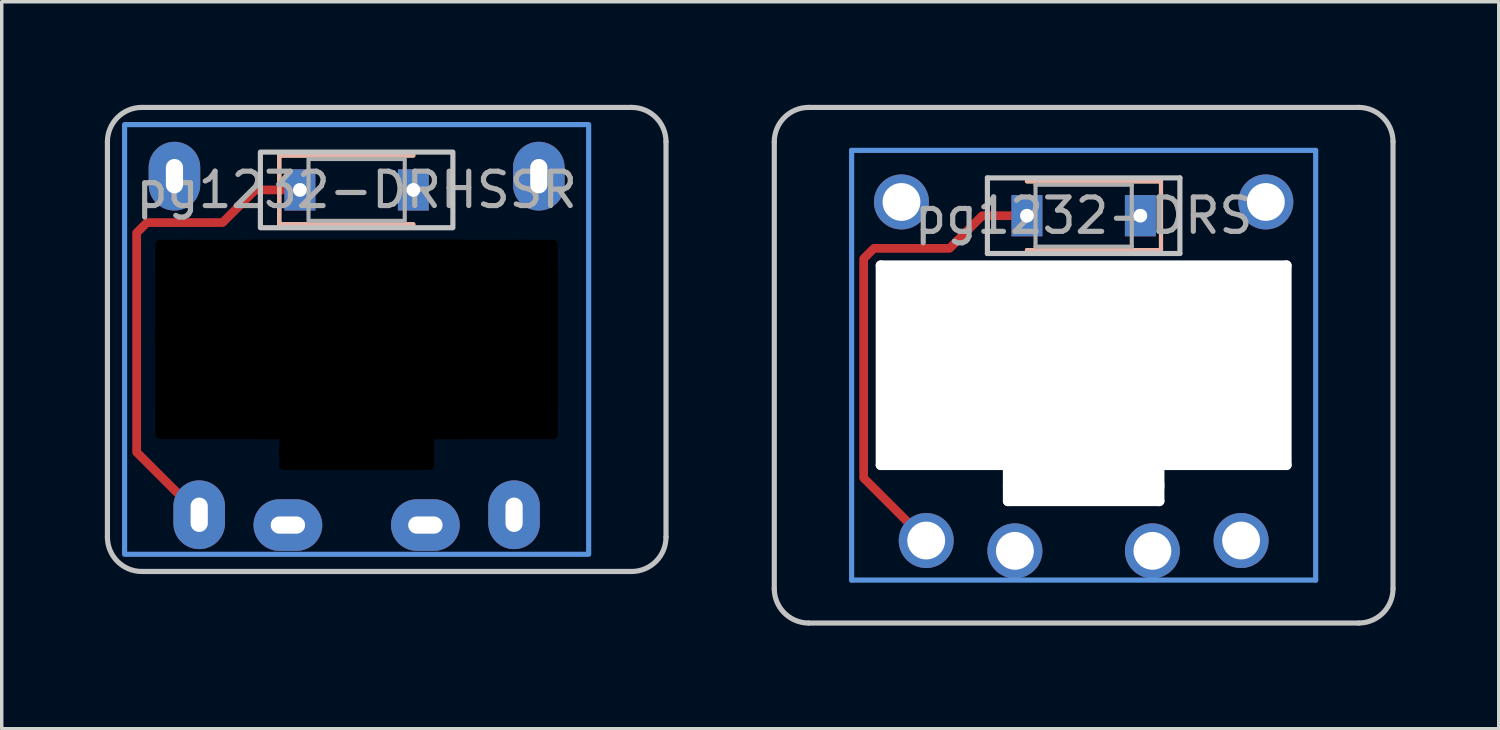
<source format=kicad_pcb>
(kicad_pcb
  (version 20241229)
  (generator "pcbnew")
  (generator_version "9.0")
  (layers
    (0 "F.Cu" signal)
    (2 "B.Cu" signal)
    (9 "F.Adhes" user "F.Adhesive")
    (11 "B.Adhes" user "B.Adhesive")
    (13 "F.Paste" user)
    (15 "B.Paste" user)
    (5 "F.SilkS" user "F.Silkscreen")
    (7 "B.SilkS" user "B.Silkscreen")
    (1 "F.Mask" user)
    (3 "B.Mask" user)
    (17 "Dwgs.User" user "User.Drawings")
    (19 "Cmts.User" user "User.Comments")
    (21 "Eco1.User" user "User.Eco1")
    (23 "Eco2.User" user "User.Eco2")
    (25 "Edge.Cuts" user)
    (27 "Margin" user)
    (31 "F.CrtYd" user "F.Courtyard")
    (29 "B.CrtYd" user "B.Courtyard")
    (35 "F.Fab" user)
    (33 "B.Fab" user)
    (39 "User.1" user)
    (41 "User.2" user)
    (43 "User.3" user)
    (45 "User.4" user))
  (footprint "pg1232-DRHSSR"
    (layer "F.Cu")
    (at 7.325 2.475)
    (property "Reference" "pg1232-DRHSSR" (at 0 0 0) (layer "F.Fab") (effects (font (size 1 1) (thickness 0.15))))
    (attr smd)
    (fp_line (start -2.25 -1) (end -2.25 1) (stroke (width 0.12) (type solid)) (layer "F.SilkS"))
    (fp_line (start -2.25 1) (end 1.65 1) (stroke (width 0.12) (type solid)) (layer "F.SilkS"))
    (fp_line (start 1.65 -1) (end -2.25 -1) (stroke (width 0.12) (type solid)) (layer "F.SilkS"))
    (fp_line (start -2.25 -1) (end -2.25 1) (stroke (width 0.12) (type solid)) (layer "B.SilkS"))
    (fp_line (start -2.25 1) (end 1.65 1) (stroke (width 0.12) (type solid)) (layer "B.SilkS"))
    (fp_line (start 1.65 -1) (end -2.25 -1) (stroke (width 0.12) (type solid)) (layer "B.SilkS"))
    (fp_line (start -7.25 10.1) (end -7.25 -1.4) (stroke (width 0.15) (type solid)) (layer "Dwgs.User"))
    (fp_line (start -6.25 -2.4) (end 8 -2.4) (stroke (width 0.15) (type solid)) (layer "Dwgs.User"))
    (fp_line (start 8 11.1) (end -6.25 11.1) (stroke (width 0.15) (type solid)) (layer "Dwgs.User"))
    (fp_line (start 9 -1.4) (end 9 10.1) (stroke (width 0.15) (type solid)) (layer "Dwgs.User"))
    (fp_rect (start 2.8 1.1) (end -2.8 -1.1) (stroke (width 0.15) (type solid)) (fill no) (layer "Dwgs.User"))
    (fp_arc (start -7.25 -1.4) (mid -6.957107 -2.107107) (end -6.25 -2.4) (stroke (width 0.15) (type solid)) (layer "Dwgs.User"))
    (fp_arc (start -6.25 11.1) (mid -6.957107 10.807107) (end -7.25 10.1) (stroke (width 0.15) (type solid)) (layer "Dwgs.User"))
    (fp_arc (start 8 -2.4) (mid 8.707107 -2.107107) (end 9 -1.4) (stroke (width 0.15) (type solid)) (layer "Dwgs.User"))
    (fp_arc (start 9 10.1) (mid 8.707107 10.807107) (end 8 11.1) (stroke (width 0.15) (type solid)) (layer "Dwgs.User"))
    (fp_rect (start 6.75 10.6) (end -6.75 -1.9) (stroke (width 0.15) (type solid)) (fill no) (layer "Cmts.User"))
    (fp_rect (start 1.4 0.9) (end -1.4 -0.9) (stroke (width 0.12) (type solid)) (fill no) (layer "F.Fab"))
    (pad "" np_thru_hole oval (at -5.7 4.35 90) (size 5.8 0.3) (drill oval 5.8 0.3) (layers "*.Mask"))
    (pad "" np_thru_hole oval (at -4.85 4.35) (size 2 5.8) (drill oval 2 5.8) (layers "*.Mask"))
    (pad "" np_thru_hole oval (at -2.1 7.6 90) (size 1.1 0.3) (drill oval 1.1 0.3) (layers "*.Mask"))
    (pad "" np_thru_hole oval (at 0 1.6) (size 11.7 0.3) (drill oval 11.7 0.3) (layers "*.Mask"))
    (pad "" np_thru_hole oval (at 0 4.35) (size 11.7 5.8) (drill oval 11.7 5.8) (layers "*.Mask"))
    (pad "" np_thru_hole oval (at 0 7.1) (size 11.7 0.3) (drill oval 11.7 0.3) (layers "*.Mask"))
    (pad "" np_thru_hole oval (at 0 7.65) (size 4.5 1) (drill oval 4.5 1) (layers "*.Mask"))
    (pad "" np_thru_hole oval (at 0 8) (size 4.5 0.3) (drill oval 4.5 0.3) (layers "*.Mask"))
    (pad "" np_thru_hole oval (at 2.1 7.6 90) (size 1.1 0.3) (drill oval 1.1 0.3) (layers "*.Mask"))
    (pad "" np_thru_hole oval (at 4.85 4.35) (size 2 5.8) (drill oval 2 5.8) (layers "*.Mask"))
    (pad "" np_thru_hole oval (at 5.7 4.35 90) (size 5.8 0.3) (drill oval 5.8 0.3) (layers "*.Mask"))
    (pad "1" thru_hole oval (at -2 9.75) (size 2 1.5) (drill oval 1 0.5) (layers "*.Cu" "F.Mask"))
    (pad "1" thru_hole oval (at 2 9.75) (size 2 1.5) (drill oval 1 0.5) (layers "*.Cu" "B.Mask"))
    (pad "2" thru_hole rect (at 1.65 0) (size 0.9 1.2) (drill 0.4) (layers "*.Cu" "*.Mask"))
    (pad "3" thru_hole oval (at -4.58 9.45 90) (size 2 1.5) (drill oval 1 0.5) (layers "*.Cu" "B.Mask"))
    (pad "3" smd custom (at -1.65 0) (size 0.254 0.254) (layers "F.Cu") (options (anchor circle)) (primitives (gr_line (start 0 0) (end -1.3 0) (width 0.254)) (gr_line (start -1.3 0) (end -2.25 0.95) (width 0.254)) (gr_line (start -2.25 0.95) (end -4.45 0.95) (width 0.254)) (gr_line (start -4.45 0.95) (end -4.75 1.25) (width 0.254)) (gr_line (start -4.75 1.25) (end -4.75 7.63) (width 0.254)) (gr_line (start -4.75 7.63) (end -2.93 9.45) (width 0.254))))
    (pad "3" thru_hole rect (at -1.65 0) (size 0.9 1.2) (drill 0.4) (layers "*.Cu" "*.Mask"))
    (pad "3" thru_hole oval (at 4.58 9.45 90) (size 2 1.5) (drill oval 1 0.5) (layers "*.Cu" "F.Mask"))
    (pad "4" thru_hole oval (at 5.3 -0.4 90) (size 2 1.5) (drill oval 1 0.5) (layers "*.Cu" "*.Mask"))
    (pad "5" thru_hole oval (at -5.3 -0.4 90) (size 2 1.5) (drill oval 1 0.5) (layers "*.Cu" "*.Mask")))
  (footprint "pg1232-DRS"
    (layer "F.Cu")
    (at 28.475 3.225)
    (property "Reference" "pg1232-DRS" (at 0 0 0) (layer "F.Fab") (effects (font (size 1 1) (thickness 0.15))))
    (attr through_hole)
    (fp_line (start 2.25 -1) (end -1.65 -1) (stroke (width 0.12) (type solid)) (layer "F.SilkS"))
    (fp_line (start 2.25 -1) (end 2.25 1) (stroke (width 0.12) (type solid)) (layer "F.SilkS"))
    (fp_line (start 2.25 1) (end -1.65 1) (stroke (width 0.12) (type solid)) (layer "F.SilkS"))
    (fp_line (start 2.25 -1) (end -1.65 -1) (stroke (width 0.12) (type solid)) (layer "B.SilkS"))
    (fp_line (start 2.25 -1) (end 2.25 1) (stroke (width 0.12) (type solid)) (layer "B.SilkS"))
    (fp_line (start 2.25 1) (end -1.65 1) (stroke (width 0.12) (type solid)) (layer "B.SilkS"))
    (fp_line (start -9 10.85) (end -9 -2.15) (stroke (width 0.15) (type solid)) (layer "Dwgs.User"))
    (fp_line (start -8 -3.15) (end 8 -3.15) (stroke (width 0.15) (type solid)) (layer "Dwgs.User"))
    (fp_line (start -2.8 -1.1) (end -2.8 1.1) (stroke (width 0.15) (type solid)) (layer "Dwgs.User"))
    (fp_line (start -2.8 1.1) (end 2.8 1.1) (stroke (width 0.15) (type solid)) (layer "Dwgs.User"))
    (fp_line (start 2.8 -1.1) (end -2.8 -1.1) (stroke (width 0.15) (type solid)) (layer "Dwgs.User"))
    (fp_line (start 2.8 1.1) (end 2.8 -1.1) (stroke (width 0.15) (type solid)) (layer "Dwgs.User"))
    (fp_line (start 8 11.85) (end -8 11.85) (stroke (width 0.15) (type solid)) (layer "Dwgs.User"))
    (fp_line (start 9 -2.15) (end 9 10.85) (stroke (width 0.15) (type solid)) (layer "Dwgs.User"))
    (fp_arc (start -9 -2.15) (mid -8.707107 -2.857107) (end -8 -3.15) (stroke (width 0.15) (type solid)) (layer "Dwgs.User"))
    (fp_arc (start -8 11.85) (mid -8.707107 11.557107) (end -9 10.85) (stroke (width 0.15) (type solid)) (layer "Dwgs.User"))
    (fp_arc (start 8 -3.15) (mid 8.707107 -2.857107) (end 9 -2.15) (stroke (width 0.15) (type solid)) (layer "Dwgs.User"))
    (fp_arc (start 9 10.85) (mid 8.707107 11.557107) (end 8 11.85) (stroke (width 0.15) (type solid)) (layer "Dwgs.User"))
    (fp_line (start -6.75 -1.9) (end -6.75 10.6) (stroke (width 0.15) (type solid)) (layer "Cmts.User"))
    (fp_line (start -6.75 10.6) (end 6.75 10.6) (stroke (width 0.15) (type solid)) (layer "Cmts.User"))
    (fp_line (start 6.75 -1.9) (end -6.75 -1.9) (stroke (width 0.15) (type solid)) (layer "Cmts.User"))
    (fp_line (start 6.75 10.6) (end 6.75 -1.9) (stroke (width 0.15) (type solid)) (layer "Cmts.User"))
    (fp_line (start -1.4 -0.9) (end -1.4 0.9) (stroke (width 0.12) (type solid)) (layer "F.Fab"))
    (fp_line (start -1.4 0.9) (end 1.4 0.9) (stroke (width 0.12) (type solid)) (layer "F.Fab"))
    (fp_line (start 1.4 -0.9) (end -1.4 -0.9) (stroke (width 0.12) (type solid)) (layer "F.Fab"))
    (fp_line (start 1.4 0.9) (end 1.4 -0.9) (stroke (width 0.12) (type solid)) (layer "F.Fab"))
    (pad "" np_thru_hole oval (at -5.9 4.35 90) (size 6.1 0.3) (drill oval 6.1 0.3) (layers "*.Cu" "*.Mask"))
    (pad "" np_thru_hole oval (at -5.36 4.35) (size 1 5.9) (drill oval 1 5.9) (layers "*.Cu" "*.Mask"))
    (pad "" np_thru_hole oval (at -4.59 4.35) (size 1 5.9) (drill oval 1 5.9) (layers "*.Cu" "*.Mask"))
    (pad "" np_thru_hole oval (at -4.2 4.35) (size 1 5.9) (drill oval 1 5.9) (layers "*.Cu" "*.Mask"))
    (pad "" np_thru_hole oval (at -2.2 7.85 90) (size 1.2 0.3) (drill oval 1.2 0.3) (layers "*.Cu" "*.Mask"))
    (pad "" np_thru_hole oval (at 0 1.45) (size 12.1 0.3) (drill oval 12.1 0.3) (layers "*.Cu" "*.Mask"))
    (pad "" np_thru_hole oval (at 0 4.35) (size 11.85 5.9) (drill oval 11.85 5.9) (layers "*.Cu" "*.Mask"))
    (pad "" np_thru_hole oval (at 0 7.25) (size 12.1 0.3) (drill oval 12.1 0.3) (layers "*.Cu" "*.Mask"))
    (pad "" np_thru_hole oval (at 0 7.85) (size 4.7 1) (drill oval 4.7 1) (layers "*.Cu" "*.Mask"))
    (pad "" np_thru_hole oval (at 0 8.3) (size 4.7 0.3) (drill oval 4.7 0.3) (layers "*.Cu" "*.Mask"))
    (pad "" np_thru_hole oval (at 2.2 7.85 90) (size 1.2 0.3) (drill oval 1.2 0.3) (layers "*.Cu" "*.Mask"))
    (pad "" np_thru_hole oval (at 4.2 4.35) (size 1 5.9) (drill oval 1 5.9) (layers "*.Cu" "*.Mask"))
    (pad "" np_thru_hole oval (at 4.59 4.35) (size 1 5.9) (drill oval 1 5.9) (layers "*.Cu" "*.Mask"))
    (pad "" np_thru_hole oval (at 5.36 4.35) (size 1 5.9) (drill oval 1 5.9) (layers "*.Cu" "*.Mask"))
    (pad "" np_thru_hole oval (at 5.9 4.35 90) (size 6.1 0.3) (drill oval 6.1 0.3) (layers "*.Cu" "*.Mask"))
    (pad "1" thru_hole circle (at -2 9.75) (size 1.6 1.6) (drill 1.1) (layers "*.Cu" "F.Mask"))
    (pad "1" thru_hole circle (at 2 9.75) (size 1.6 1.6) (drill 1.1) (layers "*.Cu" "B.Mask"))
    (pad "2" thru_hole rect (at 1.65 0) (size 0.9 1.2) (drill 0.4) (layers "*.Cu" "*.Mask"))
    (pad "3" thru_hole circle (at -4.58 9.45) (size 1.6 1.6) (drill 1.1) (layers "*.Cu" "B.Mask"))
    (pad "3" smd custom (at -1.65 0) (size 0.001 0.001) (layers "F.Cu") (options (anchor circle)) (primitives (gr_line (start -4.75 7.63) (end -2.93 9.45) (width 0.254)) (gr_line (start 0 0) (end -1.3 0) (width 0.254)) (gr_line (start -1.3 0) (end -2.25 0.95) (width 0.254)) (gr_line (start -4.75 1.25) (end -4.75 7.63) (width 0.254)) (gr_line (start -2.25 0.95) (end -4.45 0.95) (width 0.254)) (gr_line (start -4.45 0.95) (end -4.75 1.25) (width 0.254))))
    (pad "3" thru_hole rect (at -1.65 0) (size 0.9 1.2) (drill 0.4) (layers "*.Cu" "*.Mask"))
    (pad "3" thru_hole circle (at 4.58 9.45) (size 1.6 1.6) (drill 1.1) (layers "*.Cu" "F.Mask"))
    (pad "4" thru_hole circle (at -5.3 -0.4) (size 1.6 1.6) (drill 1.1) (layers "*.Cu" "*.Mask"))
    (pad "5" thru_hole circle (at 5.3 -0.4) (size 1.6 1.6) (drill 1.1) (layers "*.Cu" "*.Mask")))
  (gr_rect
    (start -3 -3)
    (end 40.55 18.15)
    (stroke (width 0.1) (type default))
    (fill no)
    (layer "Edge.Cuts")))
</source>
